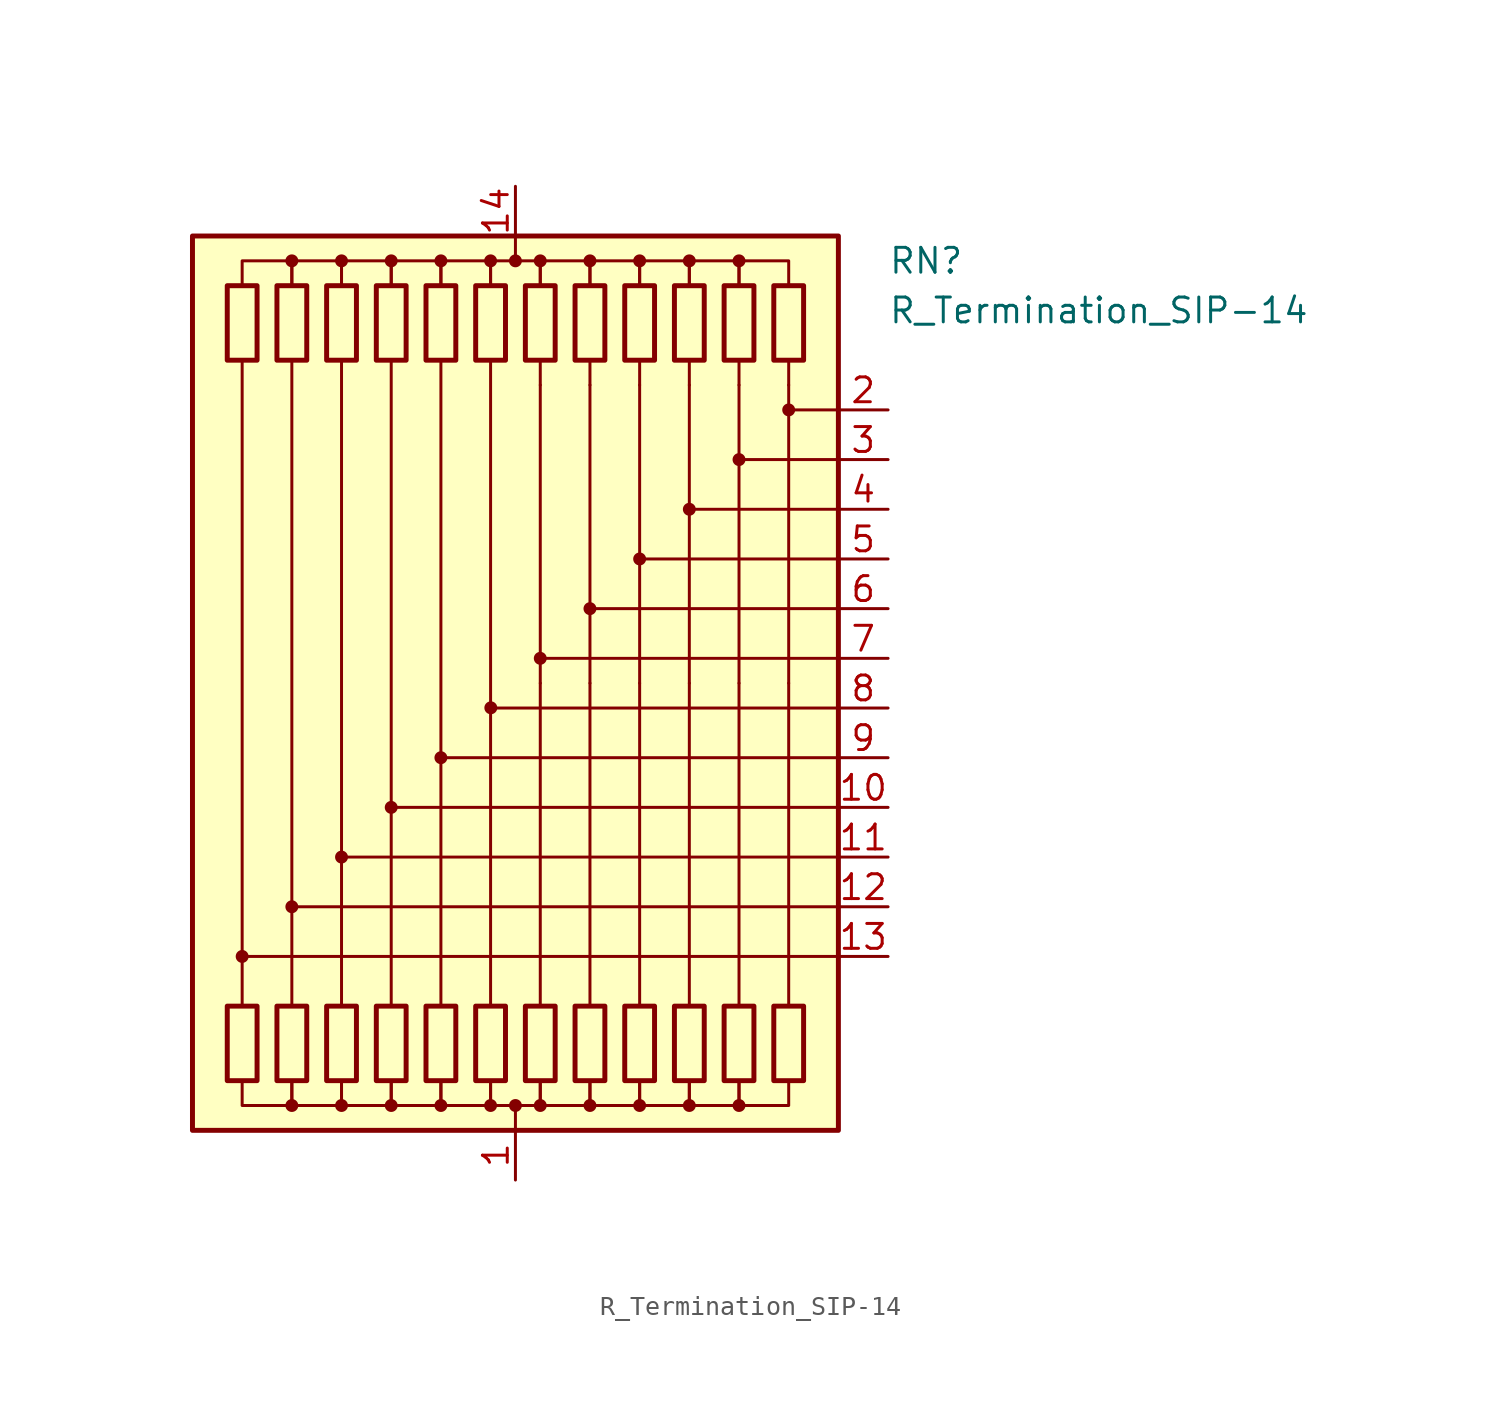
<source format=kicad_sym>
(kicad_symbol_lib
  (version 20211014)
  (generator kicad_symbol_editor)
  (symbol "R_Termination_SIP-14"
    (pin_names
      (offset 0.002) hide)
    (property "Reference" "RN"
      (at 19.05 21.59 0)
      (effects (font (size 1.27 1.27)) (justify left)))
    (property "Value" "R_Termination_SIP-14"
      (at 19.05 19.05 0)
      (effects (font (size 1.27 1.27)) (justify left)))
    (symbol "R_Termination_SIP-14_0_1"
      (rectangle (start -16.51 22.86) (end 16.51 -22.86) (stroke (width 0.254) (type default) (color 0 0 0 0)) (fill (type background)))
      (rectangle (start -14.732 20.32) (end -13.208 16.51) (stroke (width 0.254) (type default) (color 0 0 0 0)) (fill (type none)))
      (circle (center -13.97 -13.97) (radius 0.254) (stroke (width 0) (type default) (color 0 0 0 0)) (fill (type outline)))
      (rectangle (start -13.208 -20.32) (end -14.732 -16.51) (stroke (width 0.254) (type default) (color 0 0 0 0)) (fill (type none)))
      (rectangle (start -12.192 20.32) (end -10.668 16.51) (stroke (width 0.254) (type default) (color 0 0 0 0)) (fill (type none)))
      (circle (center -11.43 -21.59) (radius 0.254) (stroke (width 0) (type default) (color 0 0 0 0)) (fill (type outline)))
      (circle (center -11.43 -11.43) (radius 0.254) (stroke (width 0) (type default) (color 0 0 0 0)) (fill (type outline)))
      (circle (center -11.43 21.59) (radius 0.254) (stroke (width 0) (type default) (color 0 0 0 0)) (fill (type outline)))
      (rectangle (start -10.668 -20.32) (end -12.192 -16.51) (stroke (width 0.254) (type default) (color 0 0 0 0)) (fill (type none)))
      (rectangle (start -9.652 20.32) (end -8.128 16.51) (stroke (width 0.254) (type default) (color 0 0 0 0)) (fill (type none)))
      (circle (center -8.89 -21.59) (radius 0.254) (stroke (width 0) (type default) (color 0 0 0 0)) (fill (type outline)))
      (circle (center -8.89 -8.89) (radius 0.254) (stroke (width 0) (type default) (color 0 0 0 0)) (fill (type outline)))
      (circle (center -8.89 21.59) (radius 0.254) (stroke (width 0) (type default) (color 0 0 0 0)) (fill (type outline)))
      (rectangle (start -8.128 -20.32) (end -9.652 -16.51) (stroke (width 0.254) (type default) (color 0 0 0 0)) (fill (type none)))
      (rectangle (start -7.112 20.32) (end -5.588 16.51) (stroke (width 0.254) (type default) (color 0 0 0 0)) (fill (type none)))
      (circle (center -6.35 -21.59) (radius 0.254) (stroke (width 0) (type default) (color 0 0 0 0)) (fill (type outline)))
      (circle (center -6.35 -6.35) (radius 0.254) (stroke (width 0) (type default) (color 0 0 0 0)) (fill (type outline)))
      (circle (center -6.35 21.59) (radius 0.254) (stroke (width 0) (type default) (color 0 0 0 0)) (fill (type outline)))
      (rectangle (start -5.588 -20.32) (end -7.112 -16.51) (stroke (width 0.254) (type default) (color 0 0 0 0)) (fill (type none)))
      (rectangle (start -4.572 20.32) (end -3.048 16.51) (stroke (width 0.254) (type default) (color 0 0 0 0)) (fill (type none)))
      (circle (center -3.81 -21.59) (radius 0.254) (stroke (width 0) (type default) (color 0 0 0 0)) (fill (type outline)))
      (circle (center -3.81 -3.81) (radius 0.254) (stroke (width 0) (type default) (color 0 0 0 0)) (fill (type outline)))
      (circle (center -3.81 21.59) (radius 0.254) (stroke (width 0) (type default) (color 0 0 0 0)) (fill (type outline)))
      (rectangle (start -3.048 -20.32) (end -4.572 -16.51) (stroke (width 0.254) (type default) (color 0 0 0 0)) (fill (type none)))
      (rectangle (start -2.032 20.32) (end -0.508 16.51) (stroke (width 0.254) (type default) (color 0 0 0 0)) (fill (type none)))
      (circle (center -1.27 -21.59) (radius 0.254) (stroke (width 0) (type default) (color 0 0 0 0)) (fill (type outline)))
      (circle (center -1.27 21.59) (radius 0.254) (stroke (width 0) (type default) (color 0 0 0 0)) (fill (type outline)))
      (circle (center -1.258 -1.259) (radius 0.254) (stroke (width 0) (type default) (color 0 0 0 0)) (fill (type outline)))
      (rectangle (start -0.508 -20.32) (end -2.032 -16.51) (stroke (width 0.254) (type default) (color 0 0 0 0)) (fill (type none)))
      (circle (center 0 -21.59) (radius 0.254) (stroke (width 0) (type default) (color 0 0 0 0)) (fill (type outline)))
      (polyline (pts (xy -13.97 16.51) (xy -13.97 -16.51)) (stroke (width 0) (type default) (color 0 0 0 0)) (fill (type none)))
      (polyline (pts (xy -11.43 16.51) (xy -11.43 -16.51)) (stroke (width 0) (type default) (color 0 0 0 0)) (fill (type none)))
      (polyline (pts (xy -8.89 16.51) (xy -8.89 -16.51)) (stroke (width 0) (type default) (color 0 0 0 0)) (fill (type none)))
      (polyline (pts (xy -6.35 16.51) (xy -6.35 -16.51)) (stroke (width 0) (type default) (color 0 0 0 0)) (fill (type none)))
      (polyline (pts (xy -3.81 16.51) (xy -3.81 -16.51)) (stroke (width 0) (type default) (color 0 0 0 0)) (fill (type none)))
      (polyline (pts (xy -1.27 16.51) (xy -1.27 -16.51)) (stroke (width 0) (type default) (color 0 0 0 0)) (fill (type none)))
      (polyline (pts (xy 0 -22.86) (xy 0 -21.59)) (stroke (width 0) (type default) (color 0 0 0 0)) (fill (type none)))
      (polyline (pts (xy 0 22.86) (xy 0 21.59)) (stroke (width 0) (type default) (color 0 0 0 0)) (fill (type none)))
      (polyline (pts (xy 1.27 -16.51) (xy 1.27 0)) (stroke (width 0) (type default) (color 0 0 0 0)) (fill (type none)))
      (polyline (pts (xy 1.27 15.24) (xy 1.27 0)) (stroke (width 0.152) (type default) (color 0 0 0 0)) (fill (type none)))
      (polyline (pts (xy 1.27 16.51) (xy 1.27 15.24)) (stroke (width 0) (type default) (color 0 0 0 0)) (fill (type none)))
      (polyline (pts (xy 3.81 -16.51) (xy 3.81 0)) (stroke (width 0) (type default) (color 0 0 0 0)) (fill (type none)))
      (polyline (pts (xy 3.81 15.24) (xy 3.81 0)) (stroke (width 0.152) (type default) (color 0 0 0 0)) (fill (type none)))
      (polyline (pts (xy 3.81 16.51) (xy 3.81 15.24)) (stroke (width 0) (type default) (color 0 0 0 0)) (fill (type none)))
      (polyline (pts (xy 6.35 -16.51) (xy 6.35 0)) (stroke (width 0) (type default) (color 0 0 0 0)) (fill (type none)))
      (polyline (pts (xy 6.35 15.24) (xy 6.35 0)) (stroke (width 0.152) (type default) (color 0 0 0 0)) (fill (type none)))
      (polyline (pts (xy 6.35 16.51) (xy 6.35 15.24)) (stroke (width 0) (type default) (color 0 0 0 0)) (fill (type none)))
      (polyline (pts (xy 8.89 -16.51) (xy 8.89 0)) (stroke (width 0) (type default) (color 0 0 0 0)) (fill (type none)))
      (polyline (pts (xy 8.89 15.24) (xy 8.89 0)) (stroke (width 0.152) (type default) (color 0 0 0 0)) (fill (type none)))
      (polyline (pts (xy 8.89 16.51) (xy 8.89 15.24)) (stroke (width 0) (type default) (color 0 0 0 0)) (fill (type none)))
      (polyline (pts (xy 11.43 -16.51) (xy 11.43 0)) (stroke (width 0) (type default) (color 0 0 0 0)) (fill (type none)))
      (polyline (pts (xy 11.43 15.24) (xy 11.43 0)) (stroke (width 0.152) (type default) (color 0 0 0 0)) (fill (type none)))
      (polyline (pts (xy 11.43 16.51) (xy 11.43 15.24)) (stroke (width 0) (type default) (color 0 0 0 0)) (fill (type none)))
      (polyline (pts (xy 13.97 -16.51) (xy 13.97 0)) (stroke (width 0) (type default) (color 0 0 0 0)) (fill (type none)))
      (polyline (pts (xy 13.97 15.24) (xy 13.97 0)) (stroke (width 0.152) (type default) (color 0 0 0 0)) (fill (type none)))
      (polyline (pts (xy 13.97 16.51) (xy 13.97 15.24)) (stroke (width 0) (type default) (color 0 0 0 0)) (fill (type none)))
      (polyline (pts (xy 16.51 -13.97) (xy -13.97 -13.97)) (stroke (width 0.152) (type default) (color 0 0 0 0)) (fill (type none)))
      (polyline (pts (xy 16.51 -11.43) (xy -11.43 -11.43)) (stroke (width 0.152) (type default) (color 0 0 0 0)) (fill (type none)))
      (polyline (pts (xy 16.51 -8.89) (xy -8.89 -8.89)) (stroke (width 0.152) (type default) (color 0 0 0 0)) (fill (type none)))
      (polyline (pts (xy 16.51 -6.35) (xy -6.35 -6.35)) (stroke (width 0.152) (type default) (color 0 0 0 0)) (fill (type none)))
      (polyline (pts (xy 16.51 -3.81) (xy -3.81 -3.81)) (stroke (width 0.152) (type default) (color 0 0 0 0)) (fill (type none)))
      (polyline (pts (xy 16.51 -1.27) (xy -1.27 -1.27)) (stroke (width 0.152) (type default) (color 0 0 0 0)) (fill (type none)))
      (polyline (pts (xy 16.51 1.27) (xy 1.27 1.27)) (stroke (width 0.152) (type default) (color 0 0 0 0)) (fill (type none)))
      (polyline (pts (xy 16.51 3.81) (xy 3.81 3.81)) (stroke (width 0.152) (type default) (color 0 0 0 0)) (fill (type none)))
      (polyline (pts (xy 16.51 6.35) (xy 6.35 6.35)) (stroke (width 0.152) (type default) (color 0 0 0 0)) (fill (type none)))
      (polyline (pts (xy 16.51 8.89) (xy 8.89 8.89)) (stroke (width 0.152) (type default) (color 0 0 0 0)) (fill (type none)))
      (polyline (pts (xy 16.51 11.43) (xy 11.43 11.43)) (stroke (width 0.152) (type default) (color 0 0 0 0)) (fill (type none)))
      (polyline (pts (xy 16.51 13.97) (xy 13.97 13.97)) (stroke (width 0.152) (type default) (color 0 0 0 0)) (fill (type none)))
      (polyline (pts (xy -13.97 20.32) (xy -13.97 21.59) (xy -11.43 21.59) (xy -11.43 20.32)) (stroke (width 0) (type default) (color 0 0 0 0)) (fill (type none)))
      (polyline (pts (xy -11.43 -20.32) (xy -11.43 -21.59) (xy -13.97 -21.59) (xy -13.97 -20.32)) (stroke (width 0) (type default) (color 0 0 0 0)) (fill (type none)))
      (polyline (pts (xy -11.43 20.32) (xy -11.43 21.59) (xy -8.89 21.59) (xy -8.89 20.32)) (stroke (width 0) (type default) (color 0 0 0 0)) (fill (type none)))
      (polyline (pts (xy -8.89 -20.32) (xy -8.89 -21.59) (xy -11.43 -21.59) (xy -11.43 -20.32)) (stroke (width 0) (type default) (color 0 0 0 0)) (fill (type none)))
      (polyline (pts (xy -8.89 20.32) (xy -8.89 21.59) (xy -6.35 21.59) (xy -6.35 20.32)) (stroke (width 0) (type default) (color 0 0 0 0)) (fill (type none)))
      (polyline (pts (xy -6.35 -20.32) (xy -6.35 -21.59) (xy -8.89 -21.59) (xy -8.89 -20.32)) (stroke (width 0) (type default) (color 0 0 0 0)) (fill (type none)))
      (polyline (pts (xy -6.35 20.32) (xy -6.35 21.59) (xy -3.81 21.59) (xy -3.81 20.32)) (stroke (width 0) (type default) (color 0 0 0 0)) (fill (type none)))
      (polyline (pts (xy -3.81 -20.32) (xy -3.81 -21.59) (xy -6.35 -21.59) (xy -6.35 -20.32)) (stroke (width 0) (type default) (color 0 0 0 0)) (fill (type none)))
      (polyline (pts (xy -3.81 20.32) (xy -3.81 21.59) (xy -1.27 21.59) (xy -1.27 20.32)) (stroke (width 0) (type default) (color 0 0 0 0)) (fill (type none)))
      (polyline (pts (xy -1.27 -20.32) (xy -1.27 -21.59) (xy -3.81 -21.59) (xy -3.81 -20.32)) (stroke (width 0) (type default) (color 0 0 0 0)) (fill (type none)))
      (polyline (pts (xy -1.27 20.32) (xy -1.27 21.59) (xy 1.27 21.59) (xy 1.27 20.32)) (stroke (width 0) (type default) (color 0 0 0 0)) (fill (type none)))
      (polyline (pts (xy 1.27 -20.32) (xy 1.27 -21.59) (xy -1.27 -21.59) (xy -1.27 -20.32)) (stroke (width 0) (type default) (color 0 0 0 0)) (fill (type none)))
      (polyline (pts (xy 1.27 20.32) (xy 1.27 21.59) (xy 3.81 21.59) (xy 3.81 20.32)) (stroke (width 0) (type default) (color 0 0 0 0)) (fill (type none)))
      (polyline (pts (xy 3.81 -20.32) (xy 3.81 -21.59) (xy 1.27 -21.59) (xy 1.27 -20.32)) (stroke (width 0) (type default) (color 0 0 0 0)) (fill (type none)))
      (polyline (pts (xy 3.81 20.32) (xy 3.81 21.59) (xy 6.35 21.59) (xy 6.35 20.32)) (stroke (width 0) (type default) (color 0 0 0 0)) (fill (type none)))
      (polyline (pts (xy 6.35 -20.32) (xy 6.35 -21.59) (xy 3.81 -21.59) (xy 3.81 -20.32)) (stroke (width 0) (type default) (color 0 0 0 0)) (fill (type none)))
      (polyline (pts (xy 6.35 20.32) (xy 6.35 21.59) (xy 8.89 21.59) (xy 8.89 20.32)) (stroke (width 0) (type default) (color 0 0 0 0)) (fill (type none)))
      (polyline (pts (xy 8.89 -20.32) (xy 8.89 -21.59) (xy 6.35 -21.59) (xy 6.35 -20.32)) (stroke (width 0) (type default) (color 0 0 0 0)) (fill (type none)))
      (polyline (pts (xy 8.89 20.32) (xy 8.89 21.59) (xy 11.43 21.59) (xy 11.43 20.32)) (stroke (width 0) (type default) (color 0 0 0 0)) (fill (type none)))
      (polyline (pts (xy 11.43 -20.32) (xy 11.43 -21.59) (xy 8.89 -21.59) (xy 8.89 -20.32)) (stroke (width 0) (type default) (color 0 0 0 0)) (fill (type none)))
      (polyline (pts (xy 11.43 20.32) (xy 11.43 21.59) (xy 13.97 21.59) (xy 13.97 20.32)) (stroke (width 0) (type default) (color 0 0 0 0)) (fill (type none)))
      (polyline (pts (xy 13.97 -20.32) (xy 13.97 -21.59) (xy 11.43 -21.59) (xy 11.43 -20.32)) (stroke (width 0) (type default) (color 0 0 0 0)) (fill (type none)))
      (circle (center 0 21.59) (radius 0.254) (stroke (width 0) (type default) (color 0 0 0 0)) (fill (type outline)))
      (rectangle (start 0.508 20.32) (end 2.032 16.51) (stroke (width 0.254) (type default) (color 0 0 0 0)) (fill (type none)))
      (circle (center 1.27 -21.59) (radius 0.254) (stroke (width 0) (type default) (color 0 0 0 0)) (fill (type outline)))
      (circle (center 1.27 1.27) (radius 0.254) (stroke (width 0) (type default) (color 0 0 0 0)) (fill (type outline)))
      (circle (center 1.27 21.59) (radius 0.254) (stroke (width 0) (type default) (color 0 0 0 0)) (fill (type outline)))
      (rectangle (start 2.032 -20.32) (end 0.508 -16.51) (stroke (width 0.254) (type default) (color 0 0 0 0)) (fill (type none)))
      (rectangle (start 3.048 20.32) (end 4.572 16.51) (stroke (width 0.254) (type default) (color 0 0 0 0)) (fill (type none)))
      (circle (center 3.81 -21.59) (radius 0.254) (stroke (width 0) (type default) (color 0 0 0 0)) (fill (type outline)))
      (circle (center 3.81 3.81) (radius 0.254) (stroke (width 0) (type default) (color 0 0 0 0)) (fill (type outline)))
      (circle (center 3.81 21.59) (radius 0.254) (stroke (width 0) (type default) (color 0 0 0 0)) (fill (type outline)))
      (rectangle (start 4.572 -20.32) (end 3.048 -16.51) (stroke (width 0.254) (type default) (color 0 0 0 0)) (fill (type none)))
      (rectangle (start 5.588 20.32) (end 7.112 16.51) (stroke (width 0.254) (type default) (color 0 0 0 0)) (fill (type none)))
      (circle (center 6.35 -21.59) (radius 0.254) (stroke (width 0) (type default) (color 0 0 0 0)) (fill (type outline)))
      (circle (center 6.35 6.35) (radius 0.254) (stroke (width 0) (type default) (color 0 0 0 0)) (fill (type outline)))
      (circle (center 6.35 21.59) (radius 0.254) (stroke (width 0) (type default) (color 0 0 0 0)) (fill (type outline)))
      (rectangle (start 7.112 -20.32) (end 5.588 -16.51) (stroke (width 0.254) (type default) (color 0 0 0 0)) (fill (type none)))
      (rectangle (start 8.128 20.32) (end 9.652 16.51) (stroke (width 0.254) (type default) (color 0 0 0 0)) (fill (type none)))
      (circle (center 8.89 -21.59) (radius 0.254) (stroke (width 0) (type default) (color 0 0 0 0)) (fill (type outline)))
      (circle (center 8.89 8.89) (radius 0.254) (stroke (width 0) (type default) (color 0 0 0 0)) (fill (type outline)))
      (circle (center 8.89 21.59) (radius 0.254) (stroke (width 0) (type default) (color 0 0 0 0)) (fill (type outline)))
      (rectangle (start 9.652 -20.32) (end 8.128 -16.51) (stroke (width 0.254) (type default) (color 0 0 0 0)) (fill (type none)))
      (rectangle (start 10.668 20.32) (end 12.192 16.51) (stroke (width 0.254) (type default) (color 0 0 0 0)) (fill (type none)))
      (circle (center 11.43 -21.59) (radius 0.254) (stroke (width 0) (type default) (color 0 0 0 0)) (fill (type outline)))
      (circle (center 11.43 11.43) (radius 0.254) (stroke (width 0) (type default) (color 0 0 0 0)) (fill (type outline)))
      (circle (center 11.43 21.59) (radius 0.254) (stroke (width 0) (type default) (color 0 0 0 0)) (fill (type outline)))
      (rectangle (start 12.192 -20.32) (end 10.668 -16.51) (stroke (width 0.254) (type default) (color 0 0 0 0)) (fill (type none)))
      (rectangle (start 13.208 20.32) (end 14.732 16.51) (stroke (width 0.254) (type default) (color 0 0 0 0)) (fill (type none)))
      (circle (center 13.97 13.97) (radius 0.254) (stroke (width 0) (type default) (color 0 0 0 0)) (fill (type outline)))
      (rectangle (start 14.732 -20.32) (end 13.208 -16.51) (stroke (width 0.254) (type default) (color 0 0 0 0)) (fill (type none))))
    (symbol "R_Termination_SIP-14_1_1"
      (pin passive line (at 0 -25.4 90) (length 2.54) (name "common" (effects (font (size 1.27 1.27)))) (number "1" (effects (font (size 1.27 1.27)))))
      (pin passive line (at 19.05 -6.35 180) (length 2.54) (name "R10" (effects (font (size 1.27 1.27)))) (number "10" (effects (font (size 1.27 1.27)))))
      (pin passive line (at 19.05 -8.89 180) (length 2.54) (name "R11" (effects (font (size 1.27 1.27)))) (number "11" (effects (font (size 1.27 1.27)))))
      (pin passive line (at 19.05 -11.43 180) (length 2.54) (name "R12" (effects (font (size 1.27 1.27)))) (number "12" (effects (font (size 1.27 1.27)))))
      (pin passive line (at 19.05 -13.97 180) (length 2.54) (name "R13" (effects (font (size 1.27 1.27)))) (number "13" (effects (font (size 1.27 1.27)))))
      (pin passive line (at 0 25.4 270) (length 2.54) (name "common" (effects (font (size 1.27 1.27)))) (number "14" (effects (font (size 1.27 1.27)))))
      (pin passive line (at 19.05 13.97 180) (length 2.54) (name "R2" (effects (font (size 1.27 1.27)))) (number "2" (effects (font (size 1.27 1.27)))))
      (pin passive line (at 19.05 11.43 180) (length 2.54) (name "R3" (effects (font (size 1.27 1.27)))) (number "3" (effects (font (size 1.27 1.27)))))
      (pin passive line (at 19.05 8.89 180) (length 2.54) (name "R4" (effects (font (size 1.27 1.27)))) (number "4" (effects (font (size 1.27 1.27)))))
      (pin passive line (at 19.05 6.35 180) (length 2.54) (name "R5" (effects (font (size 1.27 1.27)))) (number "5" (effects (font (size 1.27 1.27)))))
      (pin passive line (at 19.05 3.81 180) (length 2.54) (name "R6" (effects (font (size 1.27 1.27)))) (number "6" (effects (font (size 1.27 1.27)))))
      (pin passive line (at 19.05 1.27 180) (length 2.54) (name "R7" (effects (font (size 1.27 1.27)))) (number "7" (effects (font (size 1.27 1.27)))))
      (pin passive line (at 19.05 -1.27 180) (length 2.54) (name "R8" (effects (font (size 1.27 1.27)))) (number "8" (effects (font (size 1.27 1.27)))))
      (pin passive line (at 19.05 -3.81 180) (length 2.54) (name "R9" (effects (font (size 1.27 1.27)))) (number "9" (effects (font (size 1.27 1.27))))))))
</source>
